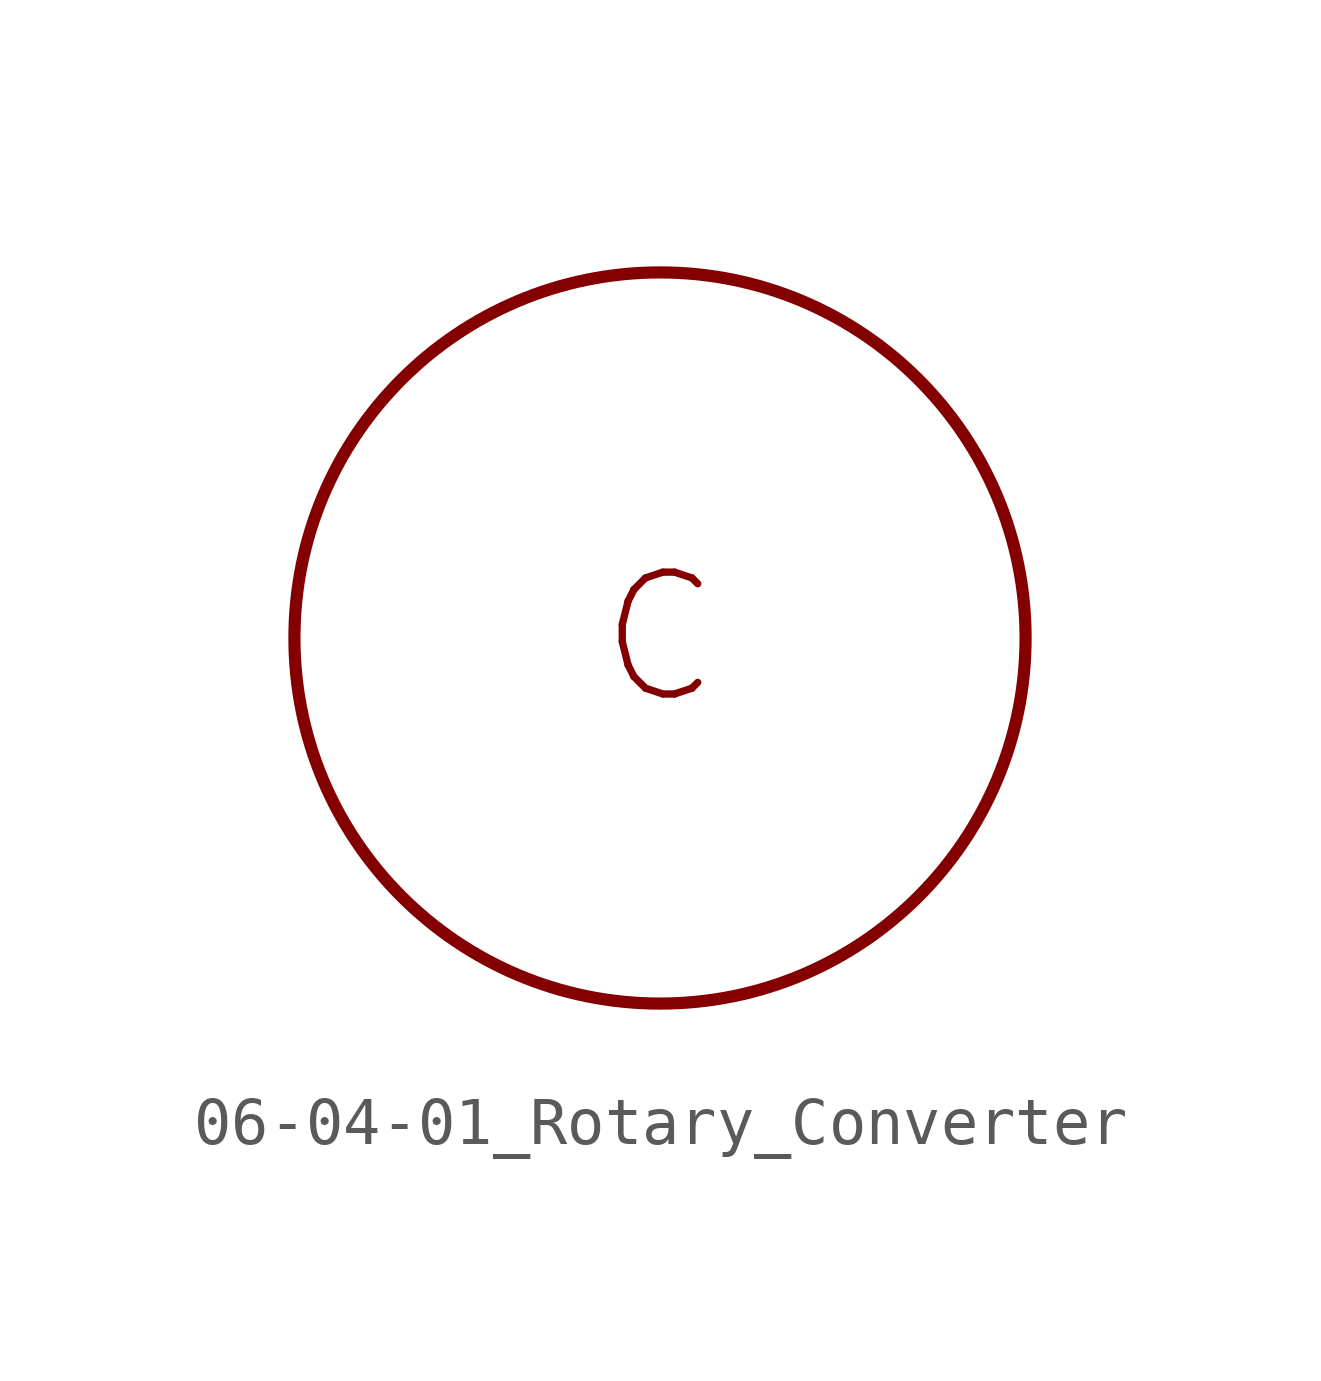
<source format=kicad_sym>
(kicad_symbol_lib
  (version 20201005)
  (generator kicad_symbol_editor)
  (symbol "Symbol_IEC_60617-6:06-04-01_Rotary_Converter"
    (property "Reference" "#SYM"
      (at 0 0 0)
      (effects (font (size 1.27 1.27)) hide))
    (symbol "06-04-01_Rotary_Converter_0_1"
      (circle (center 0 0) (radius 7.62) (stroke (width 0.254)) (fill (type none))))
    (symbol "06-04-01_Rotary_Converter_1_1"
      (text "C" (at 0 0 0) (effects (font (size 2.54 2.54)))))))
</source>
